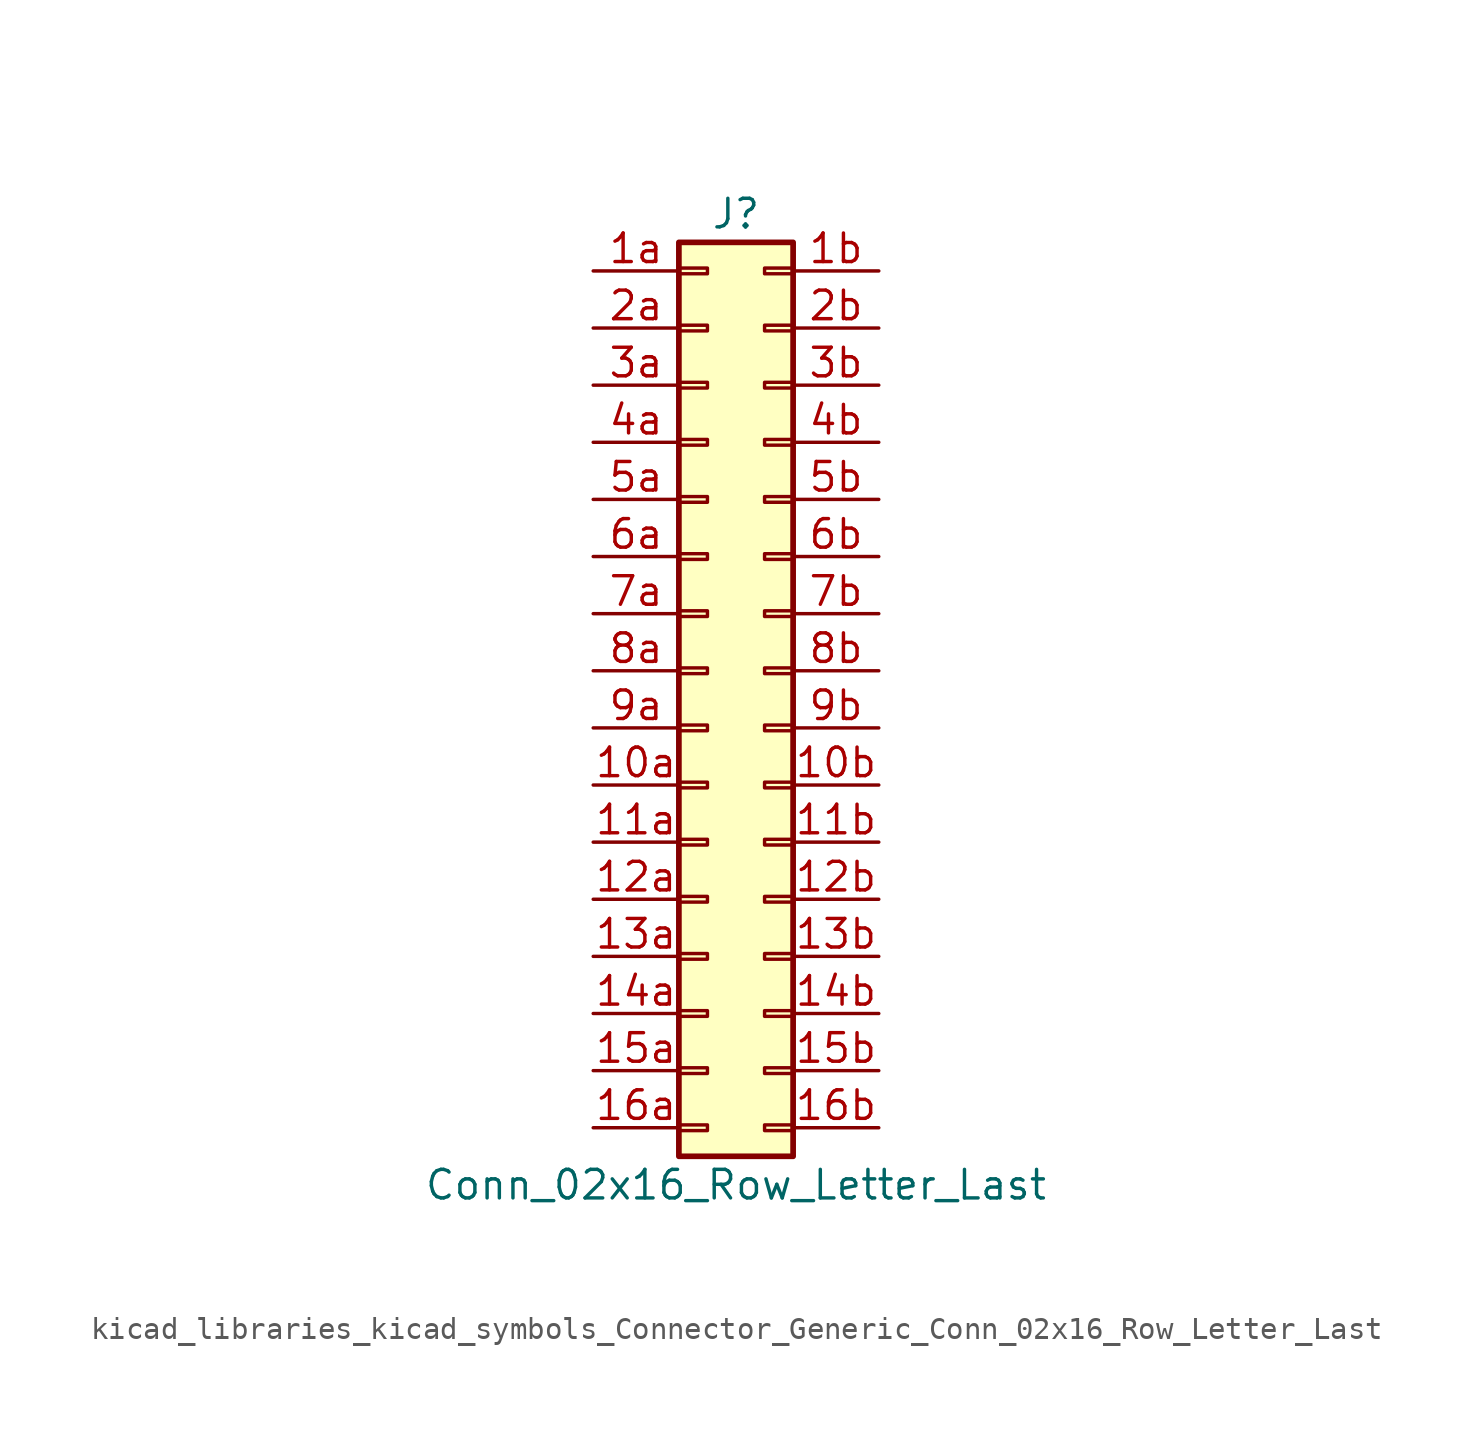
<source format=kicad_sym>
(kicad_symbol_lib
  (version 20220914)
  (generator kicad_symbol_editor)
  (symbol "kicad_libraries_kicad_symbols_Connector_Generic_Conn_02x16_Row_Letter_Last"
    (pin_names
      (offset 1.016) hide)
    (property "Reference" "J"
      (at 1.27 20.32 0)
      (effects (font (size 1.27 1.27))))
    (property "Value" "Conn_02x16_Row_Letter_Last"
      (at 1.27 -22.86 0)
      (effects (font (size 1.27 1.27))))
    (symbol "kicad_libraries_kicad_symbols_Connector_Generic_Conn_02x16_Row_Letter_Last_1_1"
      (rectangle (start -1.27 -20.193) (end 0 -20.447) (stroke (width 0.152) (type default)) (fill (type none)))
      (rectangle (start -1.27 -17.653) (end 0 -17.907) (stroke (width 0.152) (type default)) (fill (type none)))
      (rectangle (start -1.27 -15.113) (end 0 -15.367) (stroke (width 0.152) (type default)) (fill (type none)))
      (rectangle (start -1.27 -12.573) (end 0 -12.827) (stroke (width 0.152) (type default)) (fill (type none)))
      (rectangle (start -1.27 -10.033) (end 0 -10.287) (stroke (width 0.152) (type default)) (fill (type none)))
      (rectangle (start -1.27 -7.493) (end 0 -7.747) (stroke (width 0.152) (type default)) (fill (type none)))
      (rectangle (start -1.27 -4.953) (end 0 -5.207) (stroke (width 0.152) (type default)) (fill (type none)))
      (rectangle (start -1.27 -2.413) (end 0 -2.667) (stroke (width 0.152) (type default)) (fill (type none)))
      (rectangle (start -1.27 0.127) (end 0 -0.127) (stroke (width 0.152) (type default)) (fill (type none)))
      (rectangle (start -1.27 2.667) (end 0 2.413) (stroke (width 0.152) (type default)) (fill (type none)))
      (rectangle (start -1.27 5.207) (end 0 4.953) (stroke (width 0.152) (type default)) (fill (type none)))
      (rectangle (start -1.27 7.747) (end 0 7.493) (stroke (width 0.152) (type default)) (fill (type none)))
      (rectangle (start -1.27 10.287) (end 0 10.033) (stroke (width 0.152) (type default)) (fill (type none)))
      (rectangle (start -1.27 12.827) (end 0 12.573) (stroke (width 0.152) (type default)) (fill (type none)))
      (rectangle (start -1.27 15.367) (end 0 15.113) (stroke (width 0.152) (type default)) (fill (type none)))
      (rectangle (start -1.27 17.907) (end 0 17.653) (stroke (width 0.152) (type default)) (fill (type none)))
      (rectangle (start -1.27 19.05) (end 3.81 -21.59) (stroke (width 0.254) (type default)) (fill (type background)))
      (rectangle (start 3.81 -20.193) (end 2.54 -20.447) (stroke (width 0.152) (type default)) (fill (type none)))
      (rectangle (start 3.81 -17.653) (end 2.54 -17.907) (stroke (width 0.152) (type default)) (fill (type none)))
      (rectangle (start 3.81 -15.113) (end 2.54 -15.367) (stroke (width 0.152) (type default)) (fill (type none)))
      (rectangle (start 3.81 -12.573) (end 2.54 -12.827) (stroke (width 0.152) (type default)) (fill (type none)))
      (rectangle (start 3.81 -10.033) (end 2.54 -10.287) (stroke (width 0.152) (type default)) (fill (type none)))
      (rectangle (start 3.81 -7.493) (end 2.54 -7.747) (stroke (width 0.152) (type default)) (fill (type none)))
      (rectangle (start 3.81 -4.953) (end 2.54 -5.207) (stroke (width 0.152) (type default)) (fill (type none)))
      (rectangle (start 3.81 -2.413) (end 2.54 -2.667) (stroke (width 0.152) (type default)) (fill (type none)))
      (rectangle (start 3.81 0.127) (end 2.54 -0.127) (stroke (width 0.152) (type default)) (fill (type none)))
      (rectangle (start 3.81 2.667) (end 2.54 2.413) (stroke (width 0.152) (type default)) (fill (type none)))
      (rectangle (start 3.81 5.207) (end 2.54 4.953) (stroke (width 0.152) (type default)) (fill (type none)))
      (rectangle (start 3.81 7.747) (end 2.54 7.493) (stroke (width 0.152) (type default)) (fill (type none)))
      (rectangle (start 3.81 10.287) (end 2.54 10.033) (stroke (width 0.152) (type default)) (fill (type none)))
      (rectangle (start 3.81 12.827) (end 2.54 12.573) (stroke (width 0.152) (type default)) (fill (type none)))
      (rectangle (start 3.81 15.367) (end 2.54 15.113) (stroke (width 0.152) (type default)) (fill (type none)))
      (rectangle (start 3.81 17.907) (end 2.54 17.653) (stroke (width 0.152) (type default)) (fill (type none)))
      (pin passive line (at -5.08 -5.08 0) (length 3.81) (name "Pin_10a" (effects (font (size 1.27 1.27)))) (number "10a" (effects (font (size 1.27 1.27)))))
      (pin passive line (at 7.62 -5.08 180) (length 3.81) (name "Pin_10b" (effects (font (size 1.27 1.27)))) (number "10b" (effects (font (size 1.27 1.27)))))
      (pin passive line (at -5.08 -7.62 0) (length 3.81) (name "Pin_11a" (effects (font (size 1.27 1.27)))) (number "11a" (effects (font (size 1.27 1.27)))))
      (pin passive line (at 7.62 -7.62 180) (length 3.81) (name "Pin_11b" (effects (font (size 1.27 1.27)))) (number "11b" (effects (font (size 1.27 1.27)))))
      (pin passive line (at -5.08 -10.16 0) (length 3.81) (name "Pin_12a" (effects (font (size 1.27 1.27)))) (number "12a" (effects (font (size 1.27 1.27)))))
      (pin passive line (at 7.62 -10.16 180) (length 3.81) (name "Pin_12b" (effects (font (size 1.27 1.27)))) (number "12b" (effects (font (size 1.27 1.27)))))
      (pin passive line (at -5.08 -12.7 0) (length 3.81) (name "Pin_13a" (effects (font (size 1.27 1.27)))) (number "13a" (effects (font (size 1.27 1.27)))))
      (pin passive line (at 7.62 -12.7 180) (length 3.81) (name "Pin_13b" (effects (font (size 1.27 1.27)))) (number "13b" (effects (font (size 1.27 1.27)))))
      (pin passive line (at -5.08 -15.24 0) (length 3.81) (name "Pin_14a" (effects (font (size 1.27 1.27)))) (number "14a" (effects (font (size 1.27 1.27)))))
      (pin passive line (at 7.62 -15.24 180) (length 3.81) (name "Pin_14b" (effects (font (size 1.27 1.27)))) (number "14b" (effects (font (size 1.27 1.27)))))
      (pin passive line (at -5.08 -17.78 0) (length 3.81) (name "Pin_15a" (effects (font (size 1.27 1.27)))) (number "15a" (effects (font (size 1.27 1.27)))))
      (pin passive line (at 7.62 -17.78 180) (length 3.81) (name "Pin_15b" (effects (font (size 1.27 1.27)))) (number "15b" (effects (font (size 1.27 1.27)))))
      (pin passive line (at -5.08 -20.32 0) (length 3.81) (name "Pin_16a" (effects (font (size 1.27 1.27)))) (number "16a" (effects (font (size 1.27 1.27)))))
      (pin passive line (at 7.62 -20.32 180) (length 3.81) (name "Pin_16b" (effects (font (size 1.27 1.27)))) (number "16b" (effects (font (size 1.27 1.27)))))
      (pin passive line (at -5.08 17.78 0) (length 3.81) (name "Pin_1a" (effects (font (size 1.27 1.27)))) (number "1a" (effects (font (size 1.27 1.27)))))
      (pin passive line (at 7.62 17.78 180) (length 3.81) (name "Pin_1b" (effects (font (size 1.27 1.27)))) (number "1b" (effects (font (size 1.27 1.27)))))
      (pin passive line (at -5.08 15.24 0) (length 3.81) (name "Pin_2a" (effects (font (size 1.27 1.27)))) (number "2a" (effects (font (size 1.27 1.27)))))
      (pin passive line (at 7.62 15.24 180) (length 3.81) (name "Pin_2b" (effects (font (size 1.27 1.27)))) (number "2b" (effects (font (size 1.27 1.27)))))
      (pin passive line (at -5.08 12.7 0) (length 3.81) (name "Pin_3a" (effects (font (size 1.27 1.27)))) (number "3a" (effects (font (size 1.27 1.27)))))
      (pin passive line (at 7.62 12.7 180) (length 3.81) (name "Pin_3b" (effects (font (size 1.27 1.27)))) (number "3b" (effects (font (size 1.27 1.27)))))
      (pin passive line (at -5.08 10.16 0) (length 3.81) (name "Pin_4a" (effects (font (size 1.27 1.27)))) (number "4a" (effects (font (size 1.27 1.27)))))
      (pin passive line (at 7.62 10.16 180) (length 3.81) (name "Pin_4b" (effects (font (size 1.27 1.27)))) (number "4b" (effects (font (size 1.27 1.27)))))
      (pin passive line (at -5.08 7.62 0) (length 3.81) (name "Pin_5a" (effects (font (size 1.27 1.27)))) (number "5a" (effects (font (size 1.27 1.27)))))
      (pin passive line (at 7.62 7.62 180) (length 3.81) (name "Pin_5b" (effects (font (size 1.27 1.27)))) (number "5b" (effects (font (size 1.27 1.27)))))
      (pin passive line (at -5.08 5.08 0) (length 3.81) (name "Pin_6a" (effects (font (size 1.27 1.27)))) (number "6a" (effects (font (size 1.27 1.27)))))
      (pin passive line (at 7.62 5.08 180) (length 3.81) (name "Pin_6b" (effects (font (size 1.27 1.27)))) (number "6b" (effects (font (size 1.27 1.27)))))
      (pin passive line (at -5.08 2.54 0) (length 3.81) (name "Pin_7a" (effects (font (size 1.27 1.27)))) (number "7a" (effects (font (size 1.27 1.27)))))
      (pin passive line (at 7.62 2.54 180) (length 3.81) (name "Pin_7b" (effects (font (size 1.27 1.27)))) (number "7b" (effects (font (size 1.27 1.27)))))
      (pin passive line (at -5.08 0 0) (length 3.81) (name "Pin_8a" (effects (font (size 1.27 1.27)))) (number "8a" (effects (font (size 1.27 1.27)))))
      (pin passive line (at 7.62 0 180) (length 3.81) (name "Pin_8b" (effects (font (size 1.27 1.27)))) (number "8b" (effects (font (size 1.27 1.27)))))
      (pin passive line (at -5.08 -2.54 0) (length 3.81) (name "Pin_9a" (effects (font (size 1.27 1.27)))) (number "9a" (effects (font (size 1.27 1.27)))))
      (pin passive line (at 7.62 -2.54 180) (length 3.81) (name "Pin_9b" (effects (font (size 1.27 1.27)))) (number "9b" (effects (font (size 1.27 1.27))))))))
</source>
